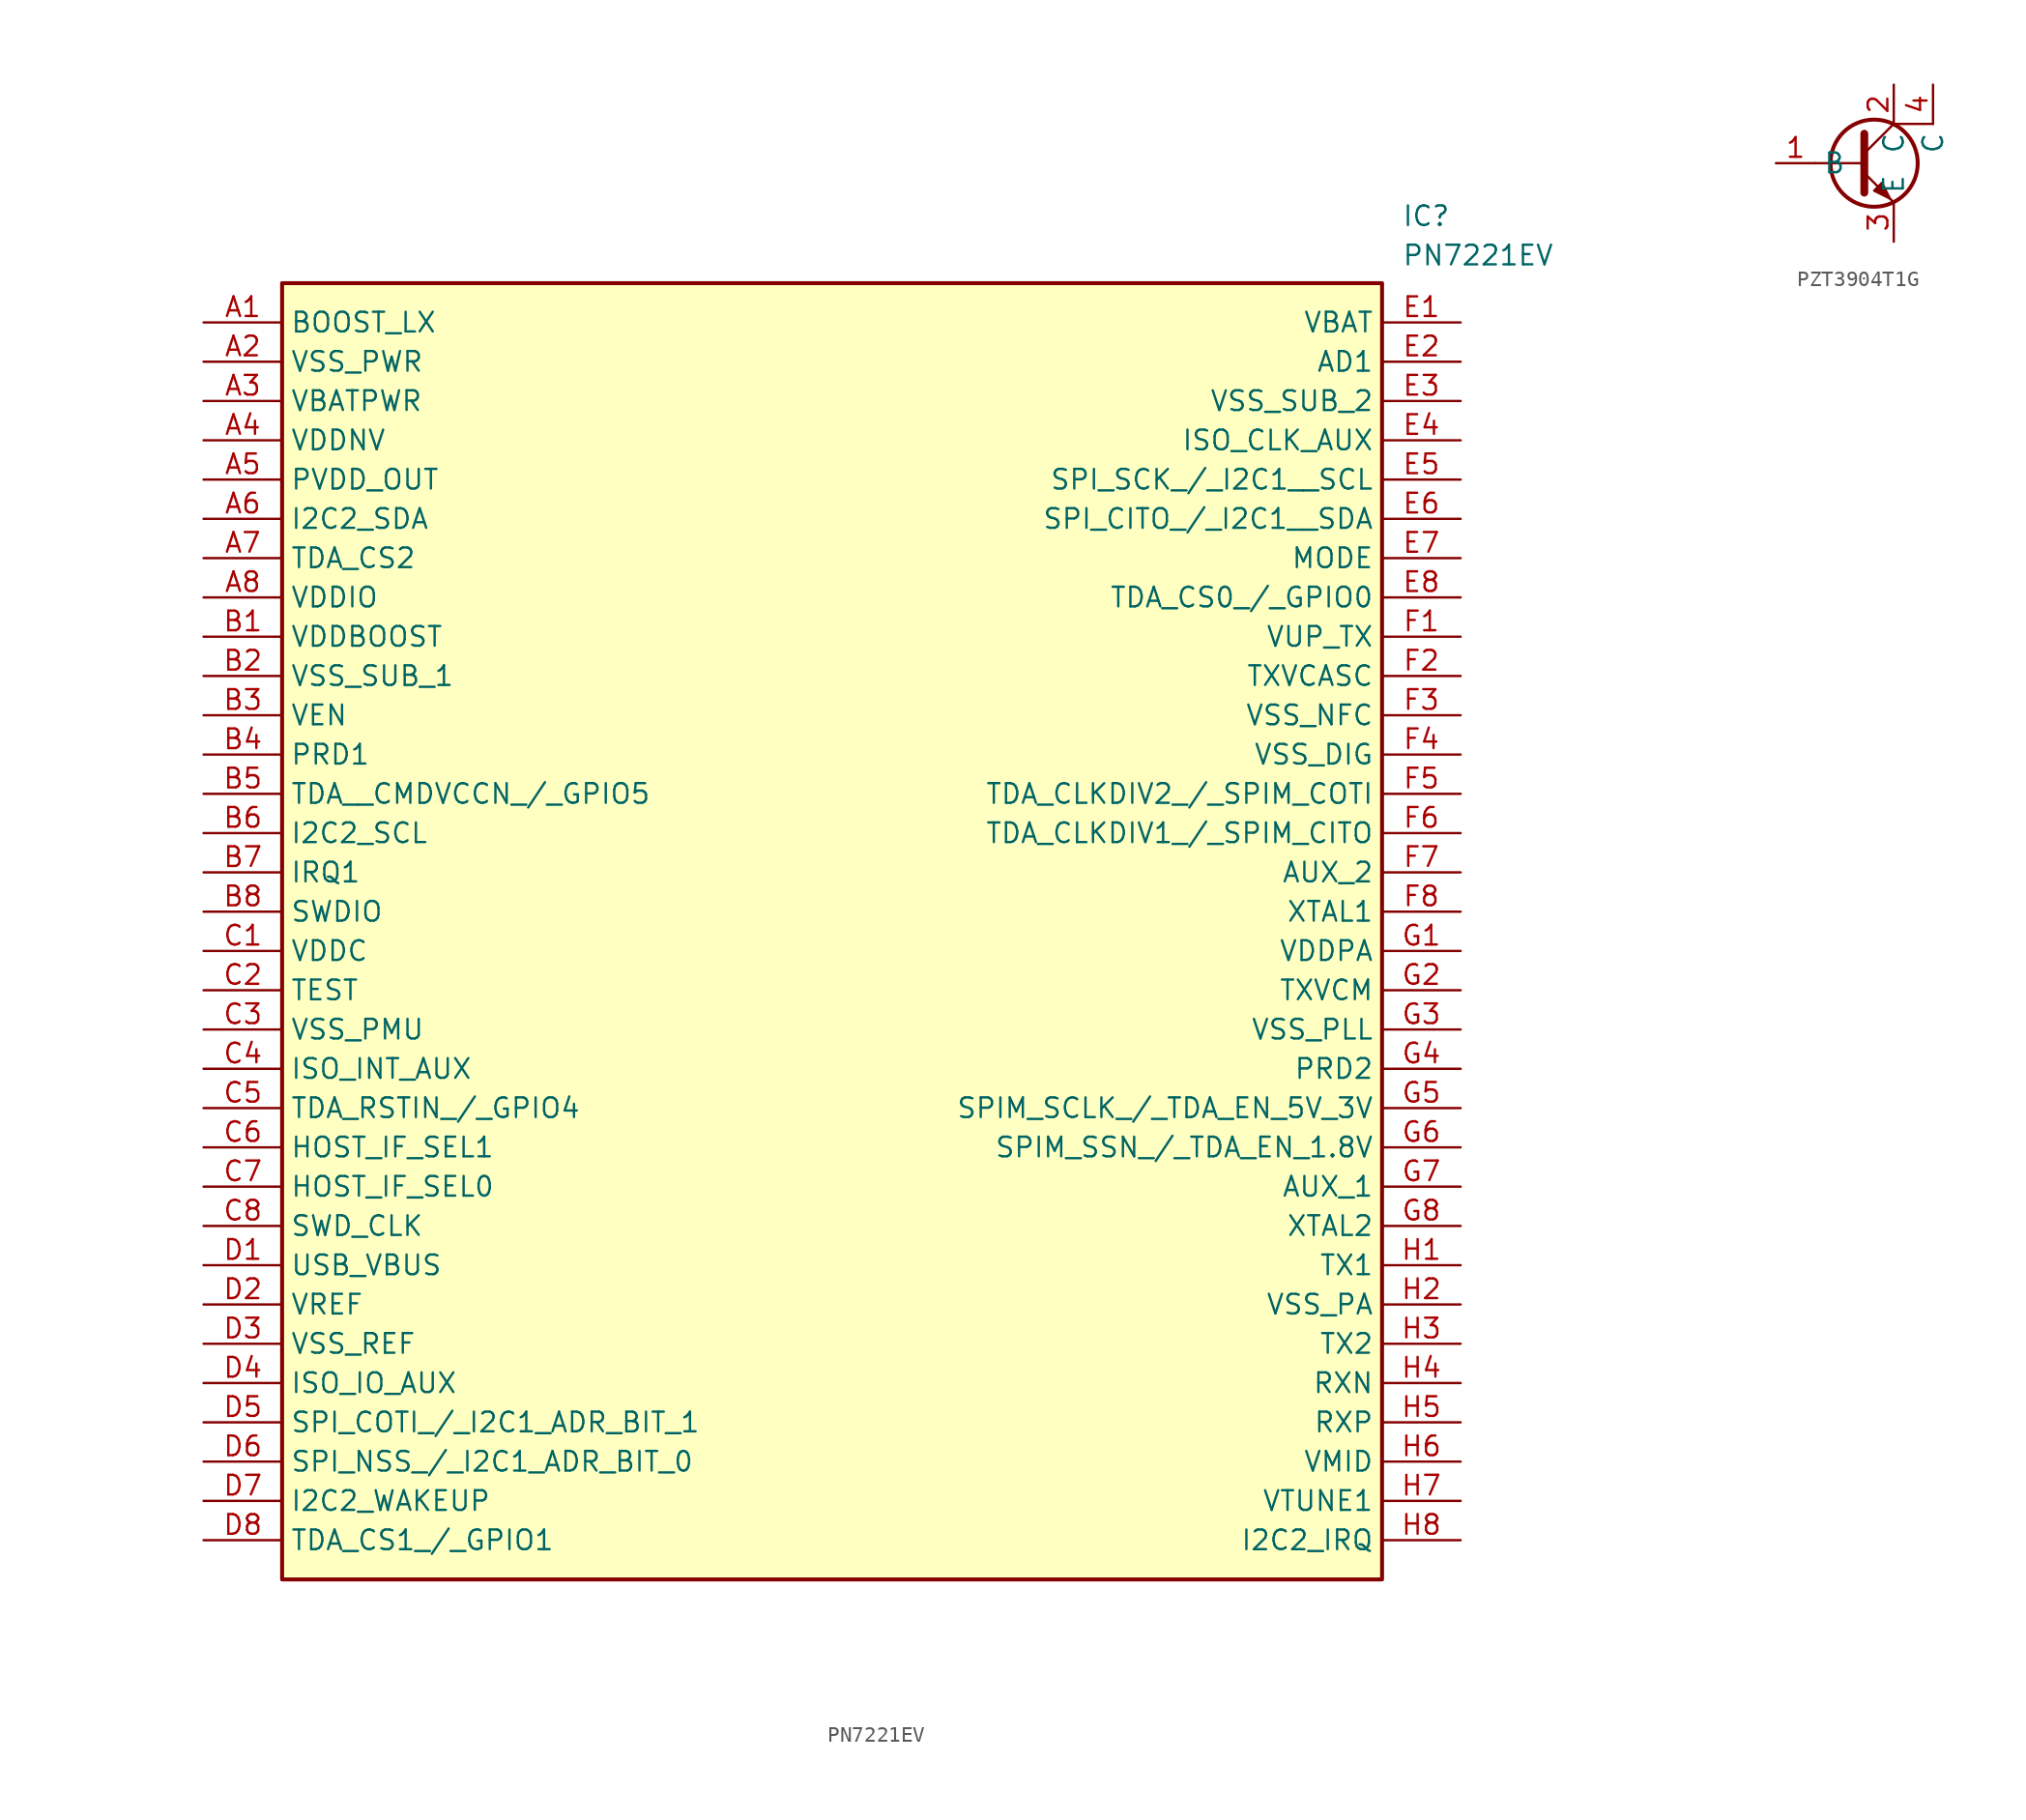
<source format=kicad_sym>
(kicad_symbol_lib
  (version 20241209)
  (generator "kicad_symbol_editor")
  (generator_version "9.0")
  (symbol "PN7221EV"
    (property "Reference" "IC"
      (at 77.47 7.62 0)
      (effects (font (size 1.27 1.27)) (justify left top)))
    (property "Value" "PN7221EV"
      (at 77.47 5.08 0)
      (effects (font (size 1.27 1.27)) (justify left top)))
    (symbol "PN7221EV_1_1"
      (rectangle (start 5.08 2.54) (end 76.2 -81.28) (stroke (width 0.254) (type default)) (fill (type background)))
      (pin passive line (at 0 0 0) (length 5.08) (name "BOOST_LX" (effects (font (size 1.27 1.27)))) (number "A1" (effects (font (size 1.27 1.27)))))
      (pin passive line (at 0 -2.54 0) (length 5.08) (name "VSS_PWR" (effects (font (size 1.27 1.27)))) (number "A2" (effects (font (size 1.27 1.27)))))
      (pin passive line (at 0 -5.08 0) (length 5.08) (name "VBATPWR" (effects (font (size 1.27 1.27)))) (number "A3" (effects (font (size 1.27 1.27)))))
      (pin passive line (at 0 -7.62 0) (length 5.08) (name "VDDNV" (effects (font (size 1.27 1.27)))) (number "A4" (effects (font (size 1.27 1.27)))))
      (pin passive line (at 0 -10.16 0) (length 5.08) (name "PVDD_OUT" (effects (font (size 1.27 1.27)))) (number "A5" (effects (font (size 1.27 1.27)))))
      (pin passive line (at 0 -12.7 0) (length 5.08) (name "I2C2_SDA" (effects (font (size 1.27 1.27)))) (number "A6" (effects (font (size 1.27 1.27)))))
      (pin passive line (at 0 -15.24 0) (length 5.08) (name "TDA_CS2" (effects (font (size 1.27 1.27)))) (number "A7" (effects (font (size 1.27 1.27)))))
      (pin passive line (at 0 -17.78 0) (length 5.08) (name "VDDIO" (effects (font (size 1.27 1.27)))) (number "A8" (effects (font (size 1.27 1.27)))))
      (pin passive line (at 0 -20.32 0) (length 5.08) (name "VDDBOOST" (effects (font (size 1.27 1.27)))) (number "B1" (effects (font (size 1.27 1.27)))))
      (pin passive line (at 0 -22.86 0) (length 5.08) (name "VSS_SUB_1" (effects (font (size 1.27 1.27)))) (number "B2" (effects (font (size 1.27 1.27)))))
      (pin passive line (at 0 -25.4 0) (length 5.08) (name "VEN" (effects (font (size 1.27 1.27)))) (number "B3" (effects (font (size 1.27 1.27)))))
      (pin passive line (at 0 -27.94 0) (length 5.08) (name "PRD1" (effects (font (size 1.27 1.27)))) (number "B4" (effects (font (size 1.27 1.27)))))
      (pin passive line (at 0 -30.48 0) (length 5.08) (name "TDA__CMDVCCN_/_GPIO5" (effects (font (size 1.27 1.27)))) (number "B5" (effects (font (size 1.27 1.27)))))
      (pin passive line (at 0 -33.02 0) (length 5.08) (name "I2C2_SCL" (effects (font (size 1.27 1.27)))) (number "B6" (effects (font (size 1.27 1.27)))))
      (pin passive line (at 0 -35.56 0) (length 5.08) (name "IRQ1" (effects (font (size 1.27 1.27)))) (number "B7" (effects (font (size 1.27 1.27)))))
      (pin passive line (at 0 -38.1 0) (length 5.08) (name "SWDIO" (effects (font (size 1.27 1.27)))) (number "B8" (effects (font (size 1.27 1.27)))))
      (pin passive line (at 0 -40.64 0) (length 5.08) (name "VDDC" (effects (font (size 1.27 1.27)))) (number "C1" (effects (font (size 1.27 1.27)))))
      (pin passive line (at 0 -43.18 0) (length 5.08) (name "TEST" (effects (font (size 1.27 1.27)))) (number "C2" (effects (font (size 1.27 1.27)))))
      (pin passive line (at 0 -45.72 0) (length 5.08) (name "VSS_PMU" (effects (font (size 1.27 1.27)))) (number "C3" (effects (font (size 1.27 1.27)))))
      (pin passive line (at 0 -48.26 0) (length 5.08) (name "ISO_INT_AUX" (effects (font (size 1.27 1.27)))) (number "C4" (effects (font (size 1.27 1.27)))))
      (pin passive line (at 0 -50.8 0) (length 5.08) (name "TDA_RSTIN_/_GPIO4" (effects (font (size 1.27 1.27)))) (number "C5" (effects (font (size 1.27 1.27)))))
      (pin passive line (at 0 -53.34 0) (length 5.08) (name "HOST_IF_SEL1" (effects (font (size 1.27 1.27)))) (number "C6" (effects (font (size 1.27 1.27)))))
      (pin passive line (at 0 -55.88 0) (length 5.08) (name "HOST_IF_SEL0" (effects (font (size 1.27 1.27)))) (number "C7" (effects (font (size 1.27 1.27)))))
      (pin passive line (at 0 -58.42 0) (length 5.08) (name "SWD_CLK" (effects (font (size 1.27 1.27)))) (number "C8" (effects (font (size 1.27 1.27)))))
      (pin passive line (at 0 -60.96 0) (length 5.08) (name "USB_VBUS" (effects (font (size 1.27 1.27)))) (number "D1" (effects (font (size 1.27 1.27)))))
      (pin passive line (at 0 -63.5 0) (length 5.08) (name "VREF" (effects (font (size 1.27 1.27)))) (number "D2" (effects (font (size 1.27 1.27)))))
      (pin passive line (at 0 -66.04 0) (length 5.08) (name "VSS_REF" (effects (font (size 1.27 1.27)))) (number "D3" (effects (font (size 1.27 1.27)))))
      (pin passive line (at 0 -68.58 0) (length 5.08) (name "ISO_IO_AUX" (effects (font (size 1.27 1.27)))) (number "D4" (effects (font (size 1.27 1.27)))))
      (pin passive line (at 0 -71.12 0) (length 5.08) (name "SPI_COTI_/_I2C1_ADR_BIT_1" (effects (font (size 1.27 1.27)))) (number "D5" (effects (font (size 1.27 1.27)))))
      (pin passive line (at 0 -73.66 0) (length 5.08) (name "SPI_NSS_/_I2C1_ADR_BIT_0" (effects (font (size 1.27 1.27)))) (number "D6" (effects (font (size 1.27 1.27)))))
      (pin passive line (at 0 -76.2 0) (length 5.08) (name "I2C2_WAKEUP" (effects (font (size 1.27 1.27)))) (number "D7" (effects (font (size 1.27 1.27)))))
      (pin passive line (at 0 -78.74 0) (length 5.08) (name "TDA_CS1_/_GPIO1" (effects (font (size 1.27 1.27)))) (number "D8" (effects (font (size 1.27 1.27)))))
      (pin passive line (at 81.28 0 180) (length 5.08) (name "VBAT" (effects (font (size 1.27 1.27)))) (number "E1" (effects (font (size 1.27 1.27)))))
      (pin passive line (at 81.28 -2.54 180) (length 5.08) (name "AD1" (effects (font (size 1.27 1.27)))) (number "E2" (effects (font (size 1.27 1.27)))))
      (pin passive line (at 81.28 -5.08 180) (length 5.08) (name "VSS_SUB_2" (effects (font (size 1.27 1.27)))) (number "E3" (effects (font (size 1.27 1.27)))))
      (pin passive line (at 81.28 -7.62 180) (length 5.08) (name "ISO_CLK_AUX" (effects (font (size 1.27 1.27)))) (number "E4" (effects (font (size 1.27 1.27)))))
      (pin passive line (at 81.28 -10.16 180) (length 5.08) (name "SPI_SCK_/_I2C1__SCL" (effects (font (size 1.27 1.27)))) (number "E5" (effects (font (size 1.27 1.27)))))
      (pin passive line (at 81.28 -12.7 180) (length 5.08) (name "SPI_CITO_/_I2C1__SDA" (effects (font (size 1.27 1.27)))) (number "E6" (effects (font (size 1.27 1.27)))))
      (pin passive line (at 81.28 -15.24 180) (length 5.08) (name "MODE" (effects (font (size 1.27 1.27)))) (number "E7" (effects (font (size 1.27 1.27)))))
      (pin passive line (at 81.28 -17.78 180) (length 5.08) (name "TDA_CS0_/_GPIO0" (effects (font (size 1.27 1.27)))) (number "E8" (effects (font (size 1.27 1.27)))))
      (pin passive line (at 81.28 -20.32 180) (length 5.08) (name "VUP_TX" (effects (font (size 1.27 1.27)))) (number "F1" (effects (font (size 1.27 1.27)))))
      (pin passive line (at 81.28 -22.86 180) (length 5.08) (name "TXVCASC" (effects (font (size 1.27 1.27)))) (number "F2" (effects (font (size 1.27 1.27)))))
      (pin passive line (at 81.28 -25.4 180) (length 5.08) (name "VSS_NFC" (effects (font (size 1.27 1.27)))) (number "F3" (effects (font (size 1.27 1.27)))))
      (pin passive line (at 81.28 -27.94 180) (length 5.08) (name "VSS_DIG" (effects (font (size 1.27 1.27)))) (number "F4" (effects (font (size 1.27 1.27)))))
      (pin passive line (at 81.28 -30.48 180) (length 5.08) (name "TDA_CLKDIV2_/_SPIM_COTI" (effects (font (size 1.27 1.27)))) (number "F5" (effects (font (size 1.27 1.27)))))
      (pin passive line (at 81.28 -33.02 180) (length 5.08) (name "TDA_CLKDIV1_/_SPIM_CITO" (effects (font (size 1.27 1.27)))) (number "F6" (effects (font (size 1.27 1.27)))))
      (pin passive line (at 81.28 -35.56 180) (length 5.08) (name "AUX_2" (effects (font (size 1.27 1.27)))) (number "F7" (effects (font (size 1.27 1.27)))))
      (pin passive line (at 81.28 -38.1 180) (length 5.08) (name "XTAL1" (effects (font (size 1.27 1.27)))) (number "F8" (effects (font (size 1.27 1.27)))))
      (pin passive line (at 81.28 -40.64 180) (length 5.08) (name "VDDPA" (effects (font (size 1.27 1.27)))) (number "G1" (effects (font (size 1.27 1.27)))))
      (pin passive line (at 81.28 -43.18 180) (length 5.08) (name "TXVCM" (effects (font (size 1.27 1.27)))) (number "G2" (effects (font (size 1.27 1.27)))))
      (pin passive line (at 81.28 -45.72 180) (length 5.08) (name "VSS_PLL" (effects (font (size 1.27 1.27)))) (number "G3" (effects (font (size 1.27 1.27)))))
      (pin passive line (at 81.28 -48.26 180) (length 5.08) (name "PRD2" (effects (font (size 1.27 1.27)))) (number "G4" (effects (font (size 1.27 1.27)))))
      (pin passive line (at 81.28 -50.8 180) (length 5.08) (name "SPIM_SCLK_/_TDA_EN_5V_3V" (effects (font (size 1.27 1.27)))) (number "G5" (effects (font (size 1.27 1.27)))))
      (pin passive line (at 81.28 -53.34 180) (length 5.08) (name "SPIM_SSN_/_TDA_EN_1.8V" (effects (font (size 1.27 1.27)))) (number "G6" (effects (font (size 1.27 1.27)))))
      (pin passive line (at 81.28 -55.88 180) (length 5.08) (name "AUX_1" (effects (font (size 1.27 1.27)))) (number "G7" (effects (font (size 1.27 1.27)))))
      (pin passive line (at 81.28 -58.42 180) (length 5.08) (name "XTAL2" (effects (font (size 1.27 1.27)))) (number "G8" (effects (font (size 1.27 1.27)))))
      (pin passive line (at 81.28 -60.96 180) (length 5.08) (name "TX1" (effects (font (size 1.27 1.27)))) (number "H1" (effects (font (size 1.27 1.27)))))
      (pin passive line (at 81.28 -63.5 180) (length 5.08) (name "VSS_PA" (effects (font (size 1.27 1.27)))) (number "H2" (effects (font (size 1.27 1.27)))))
      (pin passive line (at 81.28 -66.04 180) (length 5.08) (name "TX2" (effects (font (size 1.27 1.27)))) (number "H3" (effects (font (size 1.27 1.27)))))
      (pin passive line (at 81.28 -68.58 180) (length 5.08) (name "RXN" (effects (font (size 1.27 1.27)))) (number "H4" (effects (font (size 1.27 1.27)))))
      (pin passive line (at 81.28 -71.12 180) (length 5.08) (name "RXP" (effects (font (size 1.27 1.27)))) (number "H5" (effects (font (size 1.27 1.27)))))
      (pin passive line (at 81.28 -73.66 180) (length 5.08) (name "VMID" (effects (font (size 1.27 1.27)))) (number "H6" (effects (font (size 1.27 1.27)))))
      (pin passive line (at 81.28 -76.2 180) (length 5.08) (name "VTUNE1" (effects (font (size 1.27 1.27)))) (number "H7" (effects (font (size 1.27 1.27)))))
      (pin passive line (at 81.28 -78.74 180) (length 5.08) (name "I2C2_IRQ" (effects (font (size 1.27 1.27)))) (number "H8" (effects (font (size 1.27 1.27)))))))
  (symbol "PZT3904T1G"
    (property "Reference" "Q"
      (at 41.91 7.62 0)
      (effects (font (size 1.27 1.27)) (justify left top) (hide yes)))
    (symbol "PZT3904T1G_0_1"
      (polyline (pts (xy -3.81 0) (xy -0.635 0)) (stroke (width 0) (type default)) (fill (type none)))
      (polyline (pts (xy -0.635 1.905) (xy -0.635 -1.905)) (stroke (width 0.508) (type default)) (fill (type none)))
      (circle (center 0 0) (radius 2.819) (stroke (width 0.254) (type default)) (fill (type none)))
      (polyline (pts (xy 1.27 2.54) (xy 3.81 2.54)) (stroke (width 0) (type default)) (fill (type none))))
    (symbol "PZT3904T1G_1_1"
      (polyline (pts (xy -0.635 0.635) (xy 1.27 2.54)) (stroke (width 0) (type default)) (fill (type none)))
      (polyline (pts (xy -0.635 -0.635) (xy 1.27 -2.54)) (stroke (width 0) (type default)) (fill (type none)))
      (polyline (pts (xy 0 -1.778) (xy 0.508 -1.27) (xy 1.016 -2.286) (xy 0 -1.778)) (stroke (width 0) (type default)) (fill (type outline)))
      (pin input line (at -6.35 0 0) (length 2.54) (name "B" (effects (font (size 1.27 1.27)))) (number "1" (effects (font (size 1.27 1.27)))))
      (pin passive line (at 1.27 5.08 270) (length 2.54) (name "C" (effects (font (size 1.27 1.27)))) (number "2" (effects (font (size 1.27 1.27)))))
      (pin passive line (at 1.27 -5.08 90) (length 2.54) (name "E" (effects (font (size 1.27 1.27)))) (number "3" (effects (font (size 1.27 1.27)))))
      (pin passive line (at 3.81 5.08 270) (length 2.54) (name "C" (effects (font (size 1.27 1.27)))) (number "4" (effects (font (size 1.27 1.27))))))))
</source>
